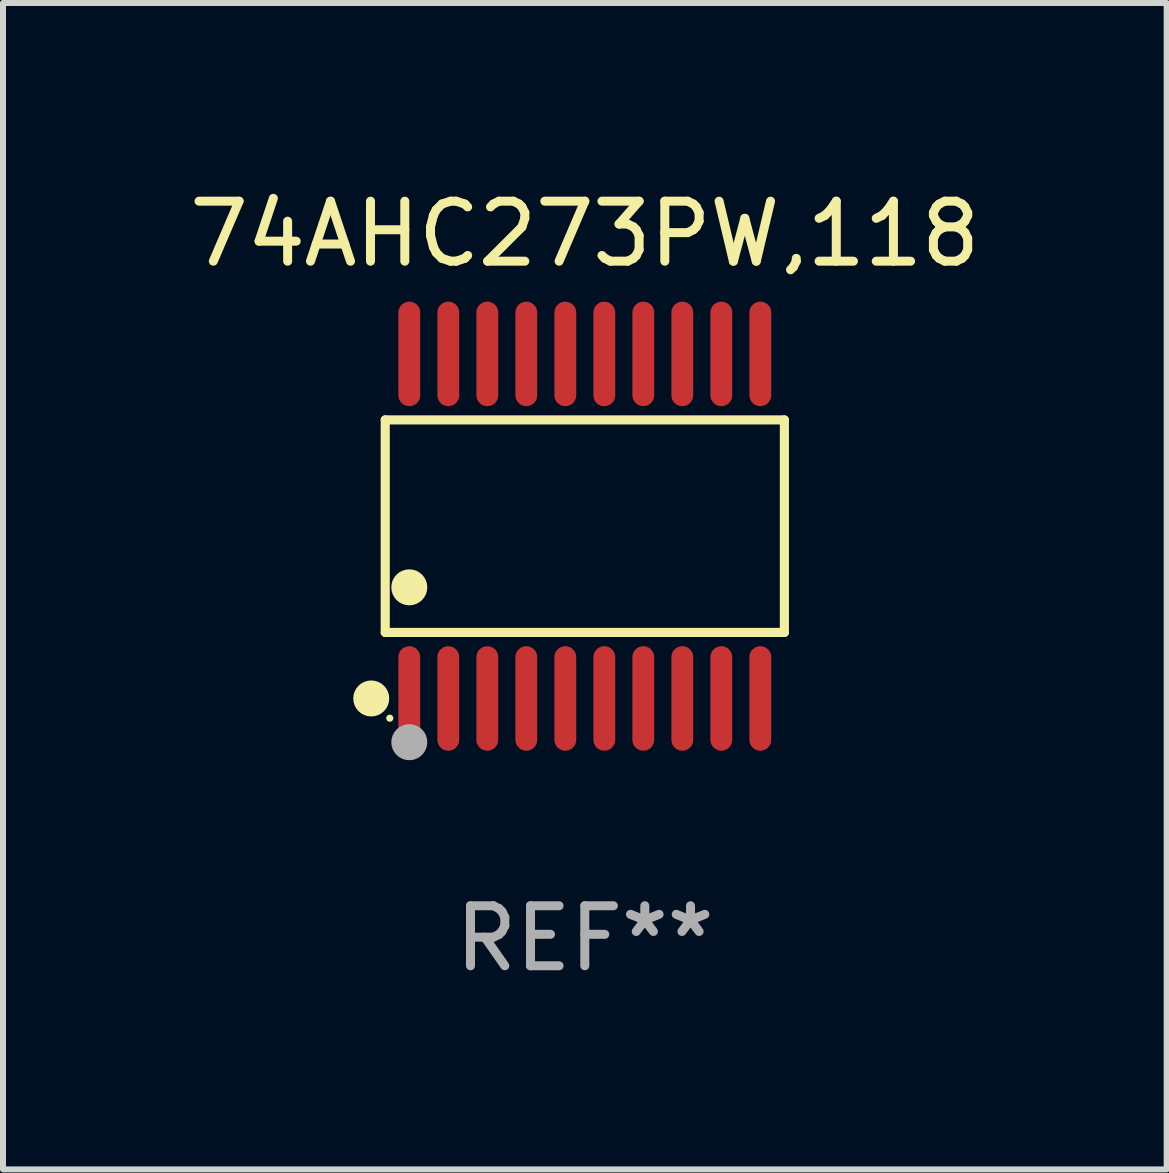
<source format=kicad_pcb>
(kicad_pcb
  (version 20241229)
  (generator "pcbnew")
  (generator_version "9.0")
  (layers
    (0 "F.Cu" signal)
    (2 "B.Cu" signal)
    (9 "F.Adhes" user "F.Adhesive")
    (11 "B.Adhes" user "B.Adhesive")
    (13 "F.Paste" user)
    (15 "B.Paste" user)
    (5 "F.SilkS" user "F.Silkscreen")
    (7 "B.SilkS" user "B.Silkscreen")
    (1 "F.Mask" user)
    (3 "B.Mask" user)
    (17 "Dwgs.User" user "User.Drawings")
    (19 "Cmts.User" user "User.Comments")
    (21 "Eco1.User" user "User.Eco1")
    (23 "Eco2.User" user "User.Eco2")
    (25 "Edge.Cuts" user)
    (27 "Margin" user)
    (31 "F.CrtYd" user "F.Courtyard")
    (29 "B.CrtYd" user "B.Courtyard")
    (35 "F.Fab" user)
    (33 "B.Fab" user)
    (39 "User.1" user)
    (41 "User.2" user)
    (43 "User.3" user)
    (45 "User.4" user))
  (footprint "74AHC273PW,118"
    (layer "F.Cu")
    (at 6.696 5.719)
    (property "Reference" "74AHC273PW,118" (at 0 -4.871 0) (layer "F.SilkS") (effects (font (size 1 1) (thickness 0.15))))
    (attr through_hole)
    (fp_line (start -3.326 -1.771) (end 3.326 -1.771) (stroke (width 0.152) (type solid)) (layer "F.SilkS"))
    (fp_line (start -3.326 1.771) (end -3.326 -1.771) (stroke (width 0.152) (type solid)) (layer "F.SilkS"))
    (fp_line (start 3.326 -1.771) (end 3.326 1.771) (stroke (width 0.152) (type solid)) (layer "F.SilkS"))
    (fp_line (start 3.326 1.771) (end -3.326 1.771) (stroke (width 0.152) (type solid)) (layer "F.SilkS"))
    (fp_circle (center -3.559 2.871) (end -3.409 2.871) (stroke (width 0.3) (type solid)) (fill no) (layer "F.SilkS"))
    (fp_circle (center -3.25 3.2) (end -3.22 3.2) (stroke (width 0.06) (type solid)) (fill no) (layer "F.SilkS"))
    (fp_circle (center -2.925 1.019) (end -2.775 1.019) (stroke (width 0.3) (type solid)) (fill no) (layer "F.SilkS"))
    (fp_circle (center -2.925 3.6) (end -2.775 3.6) (stroke (width 0.3) (type solid)) (fill no) (layer "F.Fab"))
    (fp_text user "REF**" (at 0 6.871 0) (layer "F.Fab") (effects (font (size 1 1) (thickness 0.15))))
    (pad "1" smd oval (at -2.925 2.871) (size 0.364 1.742) (layers "F.Cu" "F.Mask" "F.Paste"))
    (pad "2" smd oval (at -2.275 2.871) (size 0.364 1.742) (layers "F.Cu" "F.Mask" "F.Paste"))
    (pad "3" smd oval (at -1.625 2.871) (size 0.364 1.742) (layers "F.Cu" "F.Mask" "F.Paste"))
    (pad "4" smd oval (at -0.975 2.871) (size 0.364 1.742) (layers "F.Cu" "F.Mask" "F.Paste"))
    (pad "5" smd oval (at -0.325 2.871) (size 0.364 1.742) (layers "F.Cu" "F.Mask" "F.Paste"))
    (pad "6" smd oval (at 0.325 2.871) (size 0.364 1.742) (layers "F.Cu" "F.Mask" "F.Paste"))
    (pad "7" smd oval (at 0.975 2.871) (size 0.364 1.742) (layers "F.Cu" "F.Mask" "F.Paste"))
    (pad "8" smd oval (at 1.625 2.871) (size 0.364 1.742) (layers "F.Cu" "F.Mask" "F.Paste"))
    (pad "9" smd oval (at 2.275 2.871) (size 0.364 1.742) (layers "F.Cu" "F.Mask" "F.Paste"))
    (pad "10" smd oval (at 2.925 2.871) (size 0.364 1.742) (layers "F.Cu" "F.Mask" "F.Paste"))
    (pad "11" smd oval (at 2.925 -2.871) (size 0.364 1.742) (layers "F.Cu" "F.Mask" "F.Paste"))
    (pad "12" smd oval (at 2.275 -2.871) (size 0.364 1.742) (layers "F.Cu" "F.Mask" "F.Paste"))
    (pad "13" smd oval (at 1.625 -2.871) (size 0.364 1.742) (layers "F.Cu" "F.Mask" "F.Paste"))
    (pad "14" smd oval (at 0.975 -2.871) (size 0.364 1.742) (layers "F.Cu" "F.Mask" "F.Paste"))
    (pad "15" smd oval (at 0.325 -2.871) (size 0.364 1.742) (layers "F.Cu" "F.Mask" "F.Paste"))
    (pad "16" smd oval (at -0.325 -2.871) (size 0.364 1.742) (layers "F.Cu" "F.Mask" "F.Paste"))
    (pad "17" smd oval (at -0.975 -2.871) (size 0.364 1.742) (layers "F.Cu" "F.Mask" "F.Paste"))
    (pad "18" smd oval (at -1.625 -2.871) (size 0.364 1.742) (layers "F.Cu" "F.Mask" "F.Paste"))
    (pad "19" smd oval (at -2.275 -2.871) (size 0.364 1.742) (layers "F.Cu" "F.Mask" "F.Paste"))
    (pad "20" smd oval (at -2.925 -2.871) (size 0.364 1.742) (layers "F.Cu" "F.Mask" "F.Paste")))
  (gr_rect
    (start -3 -3)
    (end 16.393 16.438)
    (stroke (width 0.1) (type default))
    (fill no)
    (layer "Edge.Cuts")))
</source>
